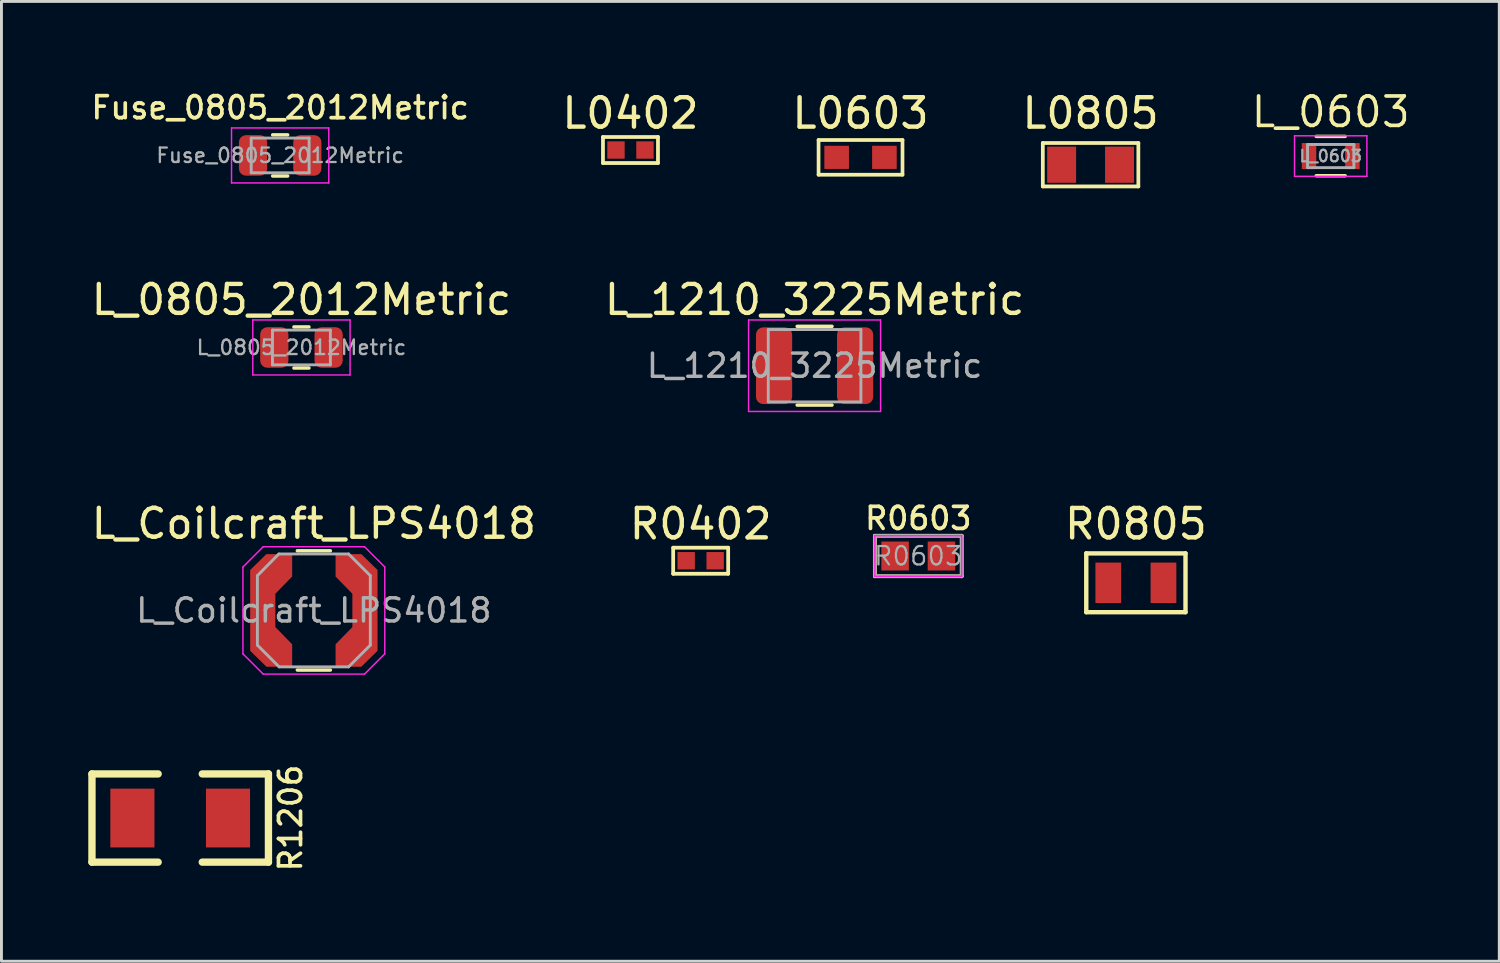
<source format=kicad_pcb>
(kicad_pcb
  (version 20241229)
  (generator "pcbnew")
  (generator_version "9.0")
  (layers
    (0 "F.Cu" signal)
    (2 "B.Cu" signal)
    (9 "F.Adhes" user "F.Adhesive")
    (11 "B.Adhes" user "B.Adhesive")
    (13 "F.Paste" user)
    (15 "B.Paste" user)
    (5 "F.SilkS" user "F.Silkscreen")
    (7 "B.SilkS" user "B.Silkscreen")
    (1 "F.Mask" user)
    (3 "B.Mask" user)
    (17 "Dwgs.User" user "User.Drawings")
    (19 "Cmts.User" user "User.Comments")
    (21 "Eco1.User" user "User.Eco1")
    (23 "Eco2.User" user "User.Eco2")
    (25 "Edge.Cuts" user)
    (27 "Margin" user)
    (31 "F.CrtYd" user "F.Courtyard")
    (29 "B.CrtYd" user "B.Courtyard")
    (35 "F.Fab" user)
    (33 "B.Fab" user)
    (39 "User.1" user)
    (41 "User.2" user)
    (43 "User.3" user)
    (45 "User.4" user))
  (footprint "L_1210_3225Metric"
    (layer "F.Cu")
    (at 25.089 9.583)
    (property "Reference" "L_1210_3225Metric" (at 0 -2.28 0) (layer "F.SilkS") (effects (font (size 1 1) (thickness 0.15))))
    (attr smd)
    (fp_line (start -0.602 -1.36) (end 0.602 -1.36) (stroke (width 0.12) (type solid)) (layer "F.SilkS"))
    (fp_line (start -0.602 1.36) (end 0.602 1.36) (stroke (width 0.12) (type solid)) (layer "F.SilkS"))
    (fp_line (start -2.28 -1.58) (end 2.28 -1.58) (stroke (width 0.05) (type solid)) (layer "F.CrtYd"))
    (fp_line (start -2.28 1.58) (end -2.28 -1.58) (stroke (width 0.05) (type solid)) (layer "F.CrtYd"))
    (fp_line (start 2.28 -1.58) (end 2.28 1.58) (stroke (width 0.05) (type solid)) (layer "F.CrtYd"))
    (fp_line (start 2.28 1.58) (end -2.28 1.58) (stroke (width 0.05) (type solid)) (layer "F.CrtYd"))
    (fp_line (start -1.6 -1.25) (end 1.6 -1.25) (stroke (width 0.1) (type solid)) (layer "F.Fab"))
    (fp_line (start -1.6 1.25) (end -1.6 -1.25) (stroke (width 0.1) (type solid)) (layer "F.Fab"))
    (fp_line (start 1.6 -1.25) (end 1.6 1.25) (stroke (width 0.1) (type solid)) (layer "F.Fab"))
    (fp_line (start 1.6 1.25) (end -1.6 1.25) (stroke (width 0.1) (type solid)) (layer "F.Fab"))
    (fp_text user "${REFERENCE}" (at 0 0 0) (layer "F.Fab") (effects (font (size 0.8 0.8) (thickness 0.12))))
    (pad "1" smd roundrect (at -1.4 0) (size 1.25 2.65) (layers "F.Cu" "F.Mask" "F.Paste") (roundrect_rratio 0.2))
    (pad "2" smd roundrect (at 1.4 0) (size 1.25 2.65) (layers "F.Cu" "F.Mask" "F.Paste") (roundrect_rratio 0.2)))
  (footprint "R0805"
    (layer "F.Cu")
    (at 36.188 17.082)
    (property "Reference" "R0805" (at 0 -2.032 0) (layer "F.SilkS") (effects (font (size 1.016 1.016) (thickness 0.152))))
    (attr smd)
    (fp_line (start -1.714 -1.016) (end 1.714 -1.016) (stroke (width 0.152) (type solid)) (layer "F.SilkS"))
    (fp_line (start -1.714 1.016) (end -1.714 -1.016) (stroke (width 0.152) (type solid)) (layer "F.SilkS"))
    (fp_line (start 1.714 -1.016) (end 1.714 1.016) (stroke (width 0.152) (type solid)) (layer "F.SilkS"))
    (fp_line (start 1.714 1.016) (end -1.714 1.016) (stroke (width 0.152) (type solid)) (layer "F.SilkS"))
    (pad "1" smd rect (at -0.953 0) (size 0.889 1.397) (layers "F.Cu" "F.Mask" "F.Paste"))
    (pad "2" smd rect (at 0.953 0) (size 0.889 1.397) (layers "F.Cu" "F.Mask" "F.Paste")))
  (footprint "R1206"
    (layer "F.Cu")
    (at 3.175 25.208)
    (property "Reference" "R1206" (at 3.81 0 90) (layer "F.SilkS") (effects (font (size 0.762 0.762) (thickness 0.127))))
    (attr smd)
    (fp_line (start -3.048 -1.524) (end -0.762 -1.524) (stroke (width 0.254) (type solid)) (layer "F.SilkS"))
    (fp_line (start -3.048 1.524) (end -3.048 -1.524) (stroke (width 0.254) (type solid)) (layer "F.SilkS"))
    (fp_line (start -0.762 1.524) (end -3.048 1.524) (stroke (width 0.254) (type solid)) (layer "F.SilkS"))
    (fp_line (start 0.762 -1.524) (end 3.048 -1.524) (stroke (width 0.254) (type solid)) (layer "F.SilkS"))
    (fp_line (start 3.048 -1.524) (end 3.048 1.524) (stroke (width 0.254) (type solid)) (layer "F.SilkS"))
    (fp_line (start 3.048 1.524) (end 0.762 1.524) (stroke (width 0.254) (type solid)) (layer "F.SilkS"))
    (pad "1" smd rect (at -1.651 0) (size 1.524 2.032) (layers "F.Cu" "F.Mask" "F.Paste"))
    (pad "2" smd rect (at 1.651 0) (size 1.524 2.032) (layers "F.Cu" "F.Mask" "F.Paste")))
  (footprint "R0603"
    (layer "F.Cu")
    (at 28.671 16.157)
    (property "Reference" "R0603" (at 0 -1.3 0) (layer "F.SilkS") (effects (font (size 0.762 0.762) (thickness 0.127))))
    (attr smd)
    (fp_line (start -1.5 -0.7) (end -1.5 0.7) (stroke (width 0.13) (type solid)) (layer "F.SilkS"))
    (fp_line (start -1.5 0.7) (end 1.5 0.7) (stroke (width 0.13) (type solid)) (layer "F.SilkS"))
    (fp_line (start 1.5 -0.7) (end -1.5 -0.7) (stroke (width 0.13) (type solid)) (layer "F.SilkS"))
    (fp_line (start 1.5 0.7) (end 1.5 -0.7) (stroke (width 0.13) (type solid)) (layer "F.SilkS"))
    (fp_line (start -1.5 -0.7) (end 1.5 -0.7) (stroke (width 0.051) (type solid)) (layer "F.CrtYd"))
    (fp_line (start -1.5 0.7) (end -1.5 -0.7) (stroke (width 0.051) (type solid)) (layer "F.CrtYd"))
    (fp_line (start 1.5 -0.7) (end 1.5 0.7) (stroke (width 0.051) (type solid)) (layer "F.CrtYd"))
    (fp_line (start 1.5 0.7) (end -1.5 0.7) (stroke (width 0.051) (type solid)) (layer "F.CrtYd"))
    (fp_line (start -1.5 -0.7) (end 1.5 -0.7) (stroke (width 0.12) (type solid)) (layer "F.Fab"))
    (fp_line (start -1.5 0.7) (end -1.5 -0.7) (stroke (width 0.12) (type solid)) (layer "F.Fab"))
    (fp_line (start 1.5 -0.7) (end 1.5 0.7) (stroke (width 0.12) (type solid)) (layer "F.Fab"))
    (fp_line (start 1.5 0.7) (end -1.5 0.7) (stroke (width 0.12) (type solid)) (layer "F.Fab"))
    (fp_text user "${REFERENCE}" (at 0 0 0) (layer "F.Fab") (effects (font (size 0.635 0.635) (thickness 0.076))))
    (pad "1" smd rect (at -0.8 0) (size 0.95 1) (layers "F.Cu" "F.Mask" "F.Paste"))
    (pad "2" smd rect (at 0.8 0) (size 0.95 1) (layers "F.Cu" "F.Mask" "F.Paste")))
  (footprint "L0402"
    (layer "F.Cu")
    (at 18.729 2.132)
    (property "Reference" "L0402" (at 0 -1.27 0) (layer "F.SilkS") (effects (font (size 1.016 1.016) (thickness 0.152))))
    (attr smd)
    (fp_line (start -0.95 -0.45) (end 0.95 -0.45) (stroke (width 0.13) (type solid)) (layer "F.SilkS"))
    (fp_line (start -0.95 0.45) (end -0.95 -0.45) (stroke (width 0.13) (type solid)) (layer "F.SilkS"))
    (fp_line (start 0.95 -0.45) (end 0.95 0.45) (stroke (width 0.13) (type solid)) (layer "F.SilkS"))
    (fp_line (start 0.95 0.45) (end -0.95 0.45) (stroke (width 0.13) (type solid)) (layer "F.SilkS"))
    (pad "1" smd rect (at -0.5 0) (size 0.6 0.6) (layers "F.Cu" "F.Mask" "F.Paste"))
    (pad "2" smd rect (at 0.5 0) (size 0.6 0.6) (layers "F.Cu" "F.Mask" "F.Paste")))
  (footprint "L_0805_2012Metric"
    (layer "F.Cu")
    (at 7.363 8.953)
    (property "Reference" "L_0805_2012Metric" (at 0 -1.65 0) (layer "F.SilkS") (effects (font (size 1 1) (thickness 0.15))))
    (attr smd)
    (fp_line (start -0.259 -0.71) (end 0.259 -0.71) (stroke (width 0.12) (type solid)) (layer "F.SilkS"))
    (fp_line (start -0.259 0.71) (end 0.259 0.71) (stroke (width 0.12) (type solid)) (layer "F.SilkS"))
    (fp_line (start -1.68 -0.95) (end 1.68 -0.95) (stroke (width 0.05) (type solid)) (layer "F.CrtYd"))
    (fp_line (start -1.68 0.95) (end -1.68 -0.95) (stroke (width 0.05) (type solid)) (layer "F.CrtYd"))
    (fp_line (start 1.68 -0.95) (end 1.68 0.95) (stroke (width 0.05) (type solid)) (layer "F.CrtYd"))
    (fp_line (start 1.68 0.95) (end -1.68 0.95) (stroke (width 0.05) (type solid)) (layer "F.CrtYd"))
    (fp_line (start -1 -0.6) (end 1 -0.6) (stroke (width 0.1) (type solid)) (layer "F.Fab"))
    (fp_line (start -1 0.6) (end -1 -0.6) (stroke (width 0.1) (type solid)) (layer "F.Fab"))
    (fp_line (start 1 -0.6) (end 1 0.6) (stroke (width 0.1) (type solid)) (layer "F.Fab"))
    (fp_line (start 1 0.6) (end -1 0.6) (stroke (width 0.1) (type solid)) (layer "F.Fab"))
    (fp_text user "${REFERENCE}" (at 0 0 0) (layer "F.Fab") (effects (font (size 0.5 0.5) (thickness 0.08))))
    (pad "1" smd roundrect (at -0.938 0) (size 0.975 1.4) (layers "F.Cu" "F.Mask" "F.Paste") (roundrect_rratio 0.25))
    (pad "2" smd roundrect (at 0.938 0) (size 0.975 1.4) (layers "F.Cu" "F.Mask" "F.Paste") (roundrect_rratio 0.25)))
  (footprint "R0402"
    (layer "F.Cu")
    (at 21.154 16.32)
    (property "Reference" "R0402" (at 0 -1.27 0) (layer "F.SilkS") (effects (font (size 1.016 1.016) (thickness 0.152))))
    (attr smd)
    (fp_line (start -0.95 -0.45) (end 0.95 -0.45) (stroke (width 0.13) (type solid)) (layer "F.SilkS"))
    (fp_line (start -0.95 0.45) (end -0.95 -0.45) (stroke (width 0.13) (type solid)) (layer "F.SilkS"))
    (fp_line (start 0.95 -0.45) (end 0.95 0.45) (stroke (width 0.13) (type solid)) (layer "F.SilkS"))
    (fp_line (start 0.95 0.45) (end -0.95 0.45) (stroke (width 0.13) (type solid)) (layer "F.SilkS"))
    (pad "1" smd rect (at -0.5 0) (size 0.6 0.6) (layers "F.Cu" "F.Mask" "F.Paste"))
    (pad "2" smd rect (at 0.5 0) (size 0.6 0.6) (layers "F.Cu" "F.Mask" "F.Paste")))
  (footprint "L_0603"
    (layer "F.Cu")
    (at 42.918 2.341)
    (property "Reference" "L_0603" (at 0 -1.524 0) (layer "F.SilkS") (effects (font (size 1.016 1.016) (thickness 0.127))))
    (attr smd)
    (fp_line (start -0.5 -0.68) (end 0.5 -0.68) (stroke (width 0.12) (type solid)) (layer "F.SilkS"))
    (fp_line (start 0.5 0.68) (end -0.5 0.68) (stroke (width 0.12) (type solid)) (layer "F.SilkS"))
    (fp_line (start -1.25 -0.7) (end -1.25 0.7) (stroke (width 0.05) (type solid)) (layer "F.CrtYd"))
    (fp_line (start -1.25 -0.7) (end 1.25 -0.7) (stroke (width 0.05) (type solid)) (layer "F.CrtYd"))
    (fp_line (start 1.25 0.7) (end -1.25 0.7) (stroke (width 0.05) (type solid)) (layer "F.CrtYd"))
    (fp_line (start 1.25 0.7) (end 1.25 -0.7) (stroke (width 0.05) (type solid)) (layer "F.CrtYd"))
    (fp_line (start -0.8 -0.4) (end 0.8 -0.4) (stroke (width 0.1) (type solid)) (layer "F.Fab"))
    (fp_line (start -0.8 0.4) (end -0.8 -0.4) (stroke (width 0.1) (type solid)) (layer "F.Fab"))
    (fp_line (start 0.8 -0.4) (end 0.8 0.4) (stroke (width 0.1) (type solid)) (layer "F.Fab"))
    (fp_line (start 0.8 0.4) (end -0.8 0.4) (stroke (width 0.1) (type solid)) (layer "F.Fab"))
    (fp_text user "${REFERENCE}" (at 0 0 0) (layer "F.Fab") (effects (font (size 0.4 0.4) (thickness 0.075))))
    (pad "1" smd rect (at -0.75 0) (size 0.5 0.9) (layers "F.Cu" "F.Mask" "F.Paste"))
    (pad "2" smd rect (at 0.75 0) (size 0.5 0.9) (layers "F.Cu" "F.Mask" "F.Paste")))
  (footprint "L0805"
    (layer "F.Cu")
    (at 34.623 2.64)
    (property "Reference" "L0805" (at 0 -1.778 0) (layer "F.SilkS") (effects (font (size 1.016 1.016) (thickness 0.152))))
    (attr smd)
    (fp_line (start -1.65 -0.75) (end 1.65 -0.75) (stroke (width 0.13) (type solid)) (layer "F.SilkS"))
    (fp_line (start -1.65 0.75) (end -1.65 -0.75) (stroke (width 0.13) (type solid)) (layer "F.SilkS"))
    (fp_line (start 1.65 -0.75) (end 1.65 0.75) (stroke (width 0.13) (type solid)) (layer "F.SilkS"))
    (fp_line (start 1.65 0.75) (end -1.65 0.75) (stroke (width 0.13) (type solid)) (layer "F.SilkS"))
    (pad "1" smd rect (at -1 0) (size 1 1.25) (layers "F.Cu" "F.Mask" "F.Paste"))
    (pad "2" smd rect (at 1 0) (size 1 1.25) (layers "F.Cu" "F.Mask" "F.Paste")))
  (footprint "Fuse_0805_2012Metric"
    (layer "F.Cu")
    (at 6.628 2.319)
    (property "Reference" "Fuse_0805_2012Metric" (at 0 -1.65 0) (layer "F.SilkS") (effects (font (size 0.762 0.762) (thickness 0.127))))
    (attr smd)
    (fp_line (start -0.259 -0.71) (end 0.259 -0.71) (stroke (width 0.12) (type solid)) (layer "F.SilkS"))
    (fp_line (start -0.259 0.71) (end 0.259 0.71) (stroke (width 0.12) (type solid)) (layer "F.SilkS"))
    (fp_line (start -1.68 -0.95) (end 1.68 -0.95) (stroke (width 0.05) (type solid)) (layer "F.CrtYd"))
    (fp_line (start -1.68 0.95) (end -1.68 -0.95) (stroke (width 0.05) (type solid)) (layer "F.CrtYd"))
    (fp_line (start 1.68 -0.95) (end 1.68 0.95) (stroke (width 0.05) (type solid)) (layer "F.CrtYd"))
    (fp_line (start 1.68 0.95) (end -1.68 0.95) (stroke (width 0.05) (type solid)) (layer "F.CrtYd"))
    (fp_line (start -1 -0.6) (end 1 -0.6) (stroke (width 0.1) (type solid)) (layer "F.Fab"))
    (fp_line (start -1 0.6) (end -1 -0.6) (stroke (width 0.1) (type solid)) (layer "F.Fab"))
    (fp_line (start 1 -0.6) (end 1 0.6) (stroke (width 0.1) (type solid)) (layer "F.Fab"))
    (fp_line (start 1 0.6) (end -1 0.6) (stroke (width 0.1) (type solid)) (layer "F.Fab"))
    (fp_text user "${REFERENCE}" (at 0 0 0) (layer "F.Fab") (effects (font (size 0.5 0.5) (thickness 0.08))))
    (pad "1" smd roundrect (at -0.938 0) (size 0.975 1.4) (layers "F.Cu" "F.Mask" "F.Paste") (roundrect_rratio 0.25))
    (pad "2" smd roundrect (at 0.938 0) (size 0.975 1.4) (layers "F.Cu" "F.Mask" "F.Paste") (roundrect_rratio 0.25)))
  (footprint "L0603"
    (layer "F.Cu")
    (at 26.676 2.386)
    (property "Reference" "L0603" (at 0 -1.524 0) (layer "F.SilkS") (effects (font (size 1.016 1.016) (thickness 0.152))))
    (attr smd)
    (fp_line (start -1.45 -0.6) (end 1.45 -0.6) (stroke (width 0.127) (type solid)) (layer "F.SilkS"))
    (fp_line (start -1.45 0.6) (end -1.45 -0.6) (stroke (width 0.127) (type solid)) (layer "F.SilkS"))
    (fp_line (start 1.45 -0.6) (end 1.45 0.6) (stroke (width 0.127) (type solid)) (layer "F.SilkS"))
    (fp_line (start 1.45 0.6) (end -1.45 0.6) (stroke (width 0.127) (type solid)) (layer "F.SilkS"))
    (pad "1" smd rect (at -0.825 0) (size 0.85 0.8) (layers "F.Cu" "F.Mask" "F.Paste"))
    (pad "2" smd rect (at 0.825 0) (size 0.85 0.8) (layers "F.Cu" "F.Mask" "F.Paste")))
  (footprint "L_Coilcraft_LPS4018"
    (layer "F.Cu")
    (at 7.792 18.036)
    (property "Reference" "L_Coilcraft_LPS4018" (at 0 -3 0) (layer "F.SilkS") (effects (font (size 1 1) (thickness 0.15))))
    (attr smd)
    (fp_line (start -0.57 -2.06) (end 0.57 -2.06) (stroke (width 0.12) (type solid)) (layer "F.SilkS"))
    (fp_line (start -0.57 2.06) (end 0.57 2.06) (stroke (width 0.12) (type solid)) (layer "F.SilkS"))
    (fp_line (start -2.45 -1.5) (end -2.45 1.5) (stroke (width 0.05) (type solid)) (layer "F.CrtYd"))
    (fp_line (start -1.75 -2.2) (end -2.45 -1.5) (stroke (width 0.05) (type solid)) (layer "F.CrtYd"))
    (fp_line (start -1.75 -2.2) (end 1.75 -2.2) (stroke (width 0.05) (type solid)) (layer "F.CrtYd"))
    (fp_line (start -1.75 2.2) (end -2.45 1.5) (stroke (width 0.05) (type solid)) (layer "F.CrtYd"))
    (fp_line (start -1.75 2.2) (end 1.75 2.2) (stroke (width 0.05) (type solid)) (layer "F.CrtYd"))
    (fp_line (start 1.75 -2.2) (end 2.45 -1.5) (stroke (width 0.05) (type solid)) (layer "F.CrtYd"))
    (fp_line (start 1.75 2.2) (end 2.45 1.5) (stroke (width 0.05) (type solid)) (layer "F.CrtYd"))
    (fp_line (start 2.45 -1.5) (end 2.45 1.5) (stroke (width 0.05) (type solid)) (layer "F.CrtYd"))
    (fp_line (start -1.95 -1.2) (end -1.21 -1.95) (stroke (width 0.1) (type solid)) (layer "F.Fab"))
    (fp_line (start -1.95 1.2) (end -1.95 -1.2) (stroke (width 0.1) (type solid)) (layer "F.Fab"))
    (fp_line (start -1.95 1.2) (end -1.2 1.95) (stroke (width 0.1) (type solid)) (layer "F.Fab"))
    (fp_line (start -1.2 -1.95) (end 1.2 -1.95) (stroke (width 0.1) (type solid)) (layer "F.Fab"))
    (fp_line (start 1.2 -1.95) (end 1.95 -1.2) (stroke (width 0.1) (type solid)) (layer "F.Fab"))
    (fp_line (start 1.2 1.95) (end -1.2 1.95) (stroke (width 0.1) (type solid)) (layer "F.Fab"))
    (fp_line (start 1.2 1.95) (end 1.95 1.2) (stroke (width 0.1) (type solid)) (layer "F.Fab"))
    (fp_line (start 1.95 -1.2) (end 1.95 1.2) (stroke (width 0.1) (type solid)) (layer "F.Fab"))
    (fp_text user "${REFERENCE}" (at 0 0 0) (layer "F.Fab") (effects (font (size 0.8 0.8) (thickness 0.12))))
    (pad "1" smd custom (at -1.765 0) (size 0.87 2.79) (layers "F.Cu" "F.Mask" "F.Paste") (options (anchor rect)) (primitives (gr_poly (pts (xy -0.435 -1.395) (xy 0.125 -1.945) (xy 1.015 -1.945) (xy 1.015 -1.17) (xy 0.435 -0.575) (xy 0.435 0.575) (xy 1.015 1.17) (xy 1.015 1.945) (xy 0.125 1.945) (xy -0.435 1.395)) (width 0) (fill yes))))
    (pad "2" smd custom (at 1.765 0) (size 0.87 2.79) (layers "F.Cu" "F.Mask" "F.Paste") (options (anchor rect)) (primitives (gr_poly (pts (xy 0.435 -1.395) (xy -0.125 -1.945) (xy -1.015 -1.945) (xy -1.015 -1.17) (xy -0.435 -0.575) (xy -0.435 0.575) (xy -1.015 1.17) (xy -1.015 1.945) (xy -0.125 1.945) (xy 0.435 1.395)) (width 0) (fill yes)))))
  (gr_rect
    (start -3 -3)
    (end 48.741 30.155)
    (stroke (width 0.1) (type default))
    (fill no)
    (layer "Edge.Cuts")))
</source>
